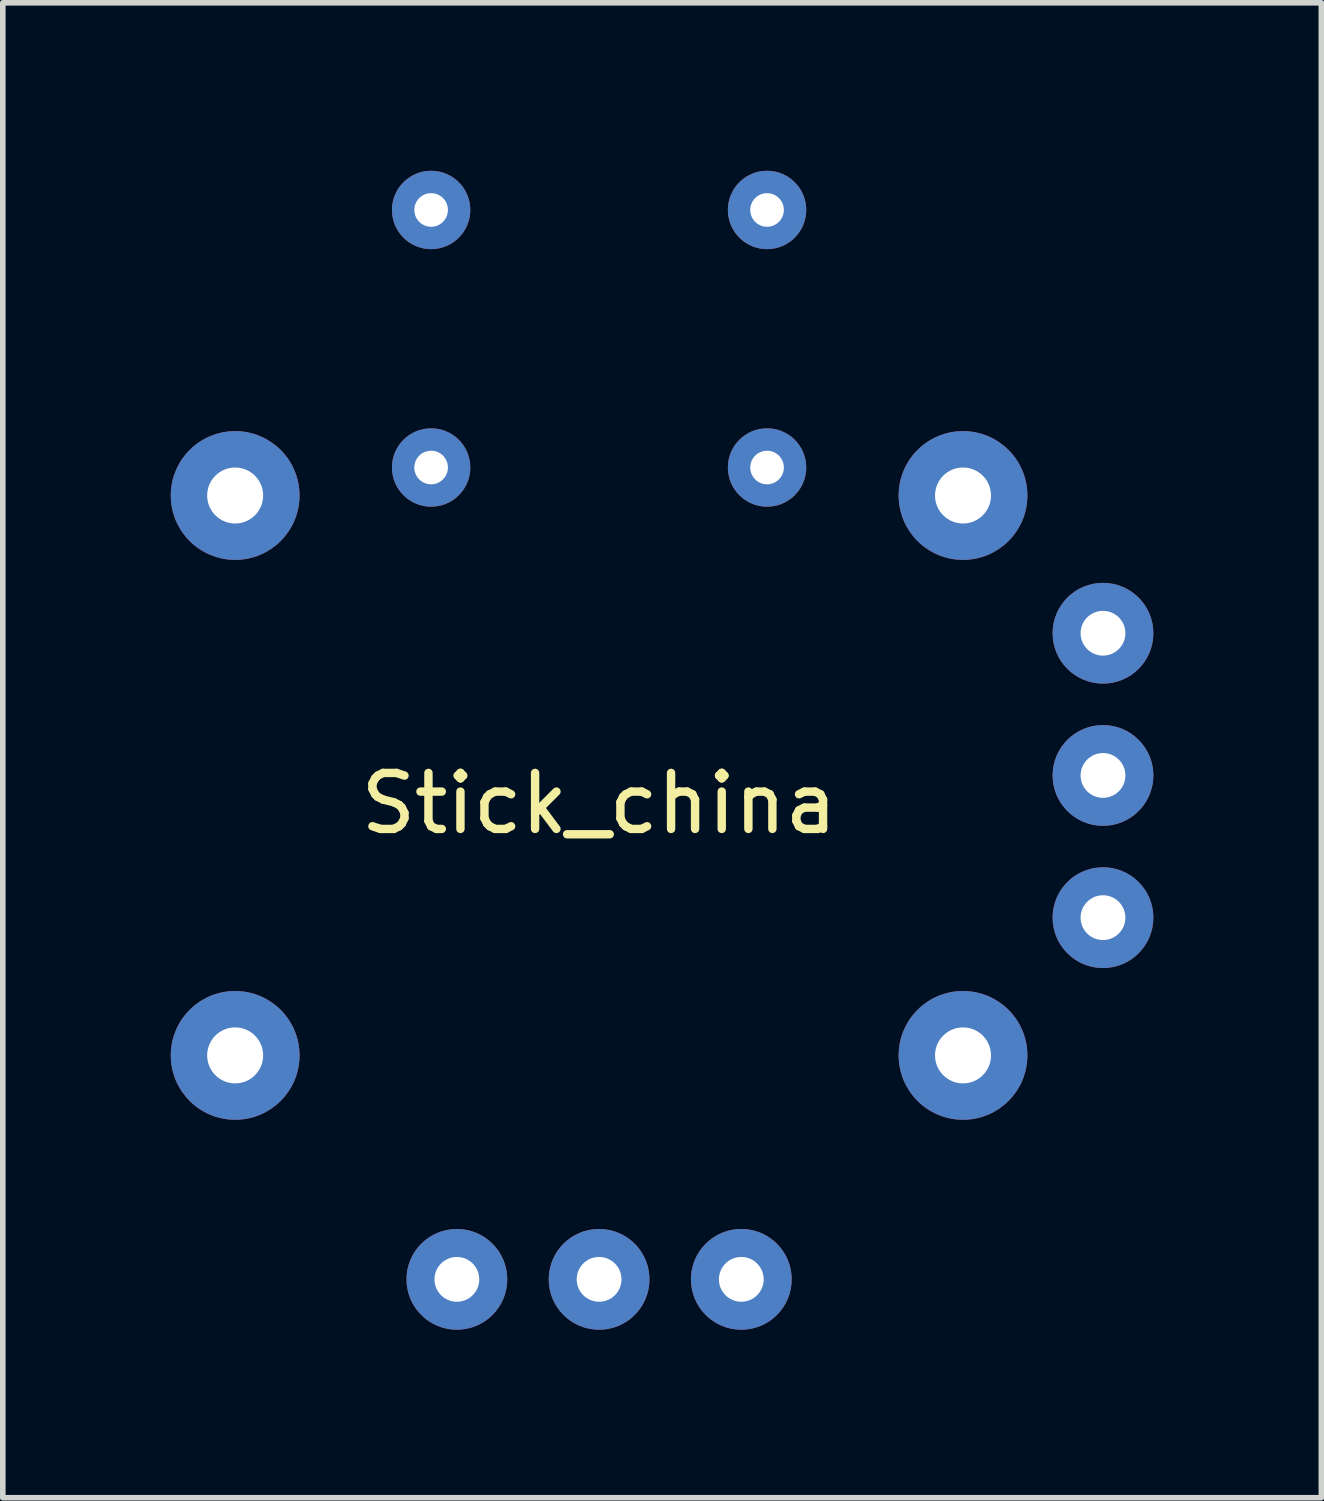
<source format=kicad_pcb>
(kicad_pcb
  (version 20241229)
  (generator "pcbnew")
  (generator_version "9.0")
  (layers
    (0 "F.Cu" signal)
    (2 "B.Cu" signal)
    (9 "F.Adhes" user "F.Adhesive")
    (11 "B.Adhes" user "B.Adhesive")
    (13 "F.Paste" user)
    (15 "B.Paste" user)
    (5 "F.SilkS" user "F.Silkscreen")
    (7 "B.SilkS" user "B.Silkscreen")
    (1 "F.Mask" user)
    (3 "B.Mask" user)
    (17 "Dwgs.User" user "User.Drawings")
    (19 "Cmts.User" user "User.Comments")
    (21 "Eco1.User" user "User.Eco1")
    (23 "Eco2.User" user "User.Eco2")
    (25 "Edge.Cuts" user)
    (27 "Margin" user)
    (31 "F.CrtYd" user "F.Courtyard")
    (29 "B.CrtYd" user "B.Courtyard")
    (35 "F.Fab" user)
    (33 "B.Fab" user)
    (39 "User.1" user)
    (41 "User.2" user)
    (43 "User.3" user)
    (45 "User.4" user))
  (footprint "Stick_china"
    (layer "F.Cu")
    (at 7.65 10.8)
    (property "Reference" "Stick_china" (at 0 0.5 0) (layer "F.SilkS") (effects (font (size 1 1) (thickness 0.15))))
    (attr through_hole)
    (pad "1" thru_hole circle (at -6.5 -5) (size 2.3 2.3) (drill 1) (layers "*.Cu" "*.Mask"))
    (pad "1" thru_hole circle (at -6.5 5) (size 2.3 2.3) (drill 1) (layers "*.Cu" "*.Mask"))
    (pad "1" thru_hole circle (at 6.5 -5) (size 2.3 2.3) (drill 1) (layers "*.Cu" "*.Mask"))
    (pad "1" thru_hole circle (at 6.5 5) (size 2.3 2.3) (drill 1) (layers "*.Cu" "*.Mask"))
    (pad "2" thru_hole circle (at -2.54 9) (size 1.8 1.8) (drill 0.8) (layers "*.Cu" "*.Mask"))
    (pad "3" thru_hole circle (at 0 9) (size 1.8 1.8) (drill 0.8) (layers "*.Cu" "*.Mask"))
    (pad "4" thru_hole circle (at 2.54 9) (size 1.8 1.8) (drill 0.8) (layers "*.Cu" "*.Mask"))
    (pad "5" thru_hole circle (at 9 2.54) (size 1.8 1.8) (drill 0.8) (layers "*.Cu" "*.Mask"))
    (pad "6" thru_hole circle (at 9 0) (size 1.8 1.8) (drill 0.8) (layers "*.Cu" "*.Mask"))
    (pad "7" thru_hole circle (at 9 -2.54) (size 1.8 1.8) (drill 0.8) (layers "*.Cu" "*.Mask"))
    (pad "8" thru_hole circle (at -3 -5.5) (size 1.4 1.4) (drill 0.6) (layers "*.Cu" "*.Mask"))
    (pad "8" thru_hole circle (at 3 -5.5) (size 1.4 1.4) (drill 0.6) (layers "*.Cu" "*.Mask"))
    (pad "9" thru_hole circle (at -3 -10.1) (size 1.4 1.4) (drill 0.6) (layers "*.Cu" "*.Mask"))
    (pad "9" thru_hole circle (at 3 -10.1) (size 1.4 1.4) (drill 0.6) (layers "*.Cu" "*.Mask")))
  (gr_rect
    (start -3 -3)
    (end 20.55 23.7)
    (stroke (width 0.1) (type default))
    (fill no)
    (layer "Edge.Cuts")))
</source>
